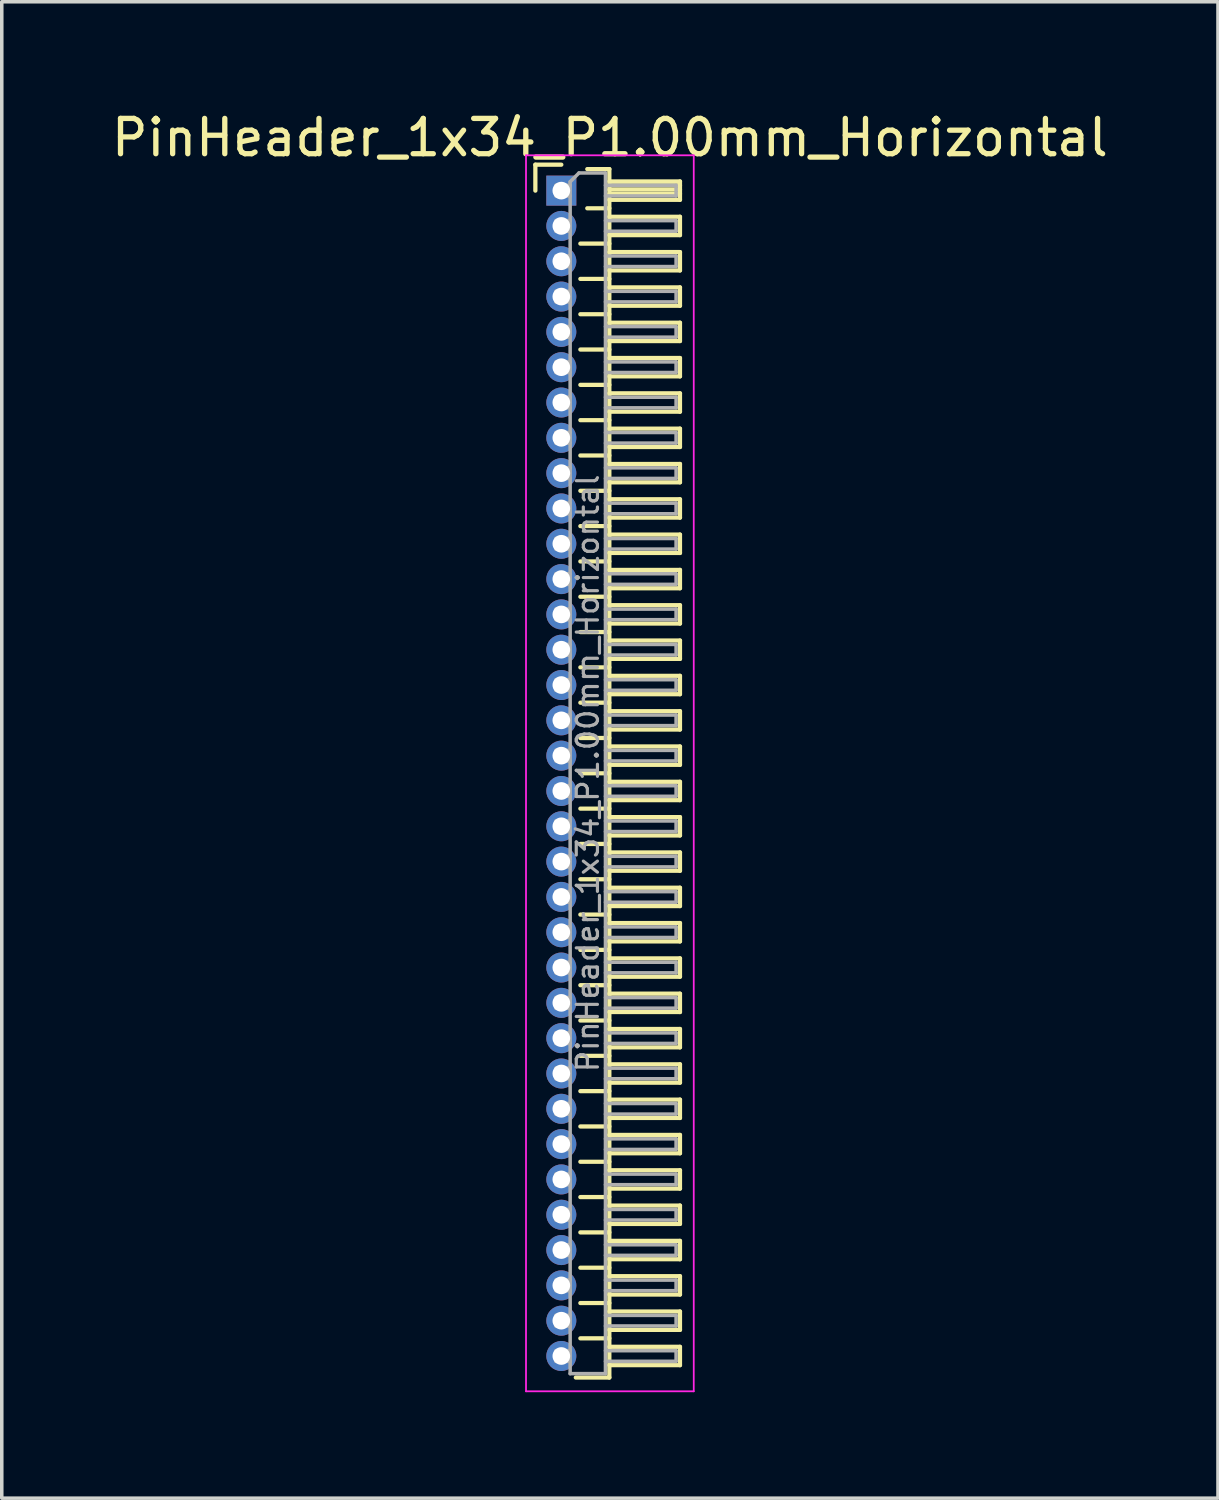
<source format=kicad_pcb>
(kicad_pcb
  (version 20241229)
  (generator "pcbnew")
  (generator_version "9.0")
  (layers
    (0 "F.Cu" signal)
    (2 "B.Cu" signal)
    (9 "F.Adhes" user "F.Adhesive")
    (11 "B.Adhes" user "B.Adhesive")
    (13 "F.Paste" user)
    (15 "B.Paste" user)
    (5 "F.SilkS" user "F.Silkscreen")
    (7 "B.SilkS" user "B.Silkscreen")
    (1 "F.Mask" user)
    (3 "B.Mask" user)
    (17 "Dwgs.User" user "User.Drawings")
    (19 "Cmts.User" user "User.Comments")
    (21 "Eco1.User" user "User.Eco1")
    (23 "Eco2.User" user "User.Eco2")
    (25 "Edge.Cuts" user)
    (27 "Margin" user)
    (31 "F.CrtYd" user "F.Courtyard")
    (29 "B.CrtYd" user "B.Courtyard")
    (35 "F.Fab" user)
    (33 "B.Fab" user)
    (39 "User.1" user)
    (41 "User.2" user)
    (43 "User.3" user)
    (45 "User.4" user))
  (footprint "PinHeader_1x34_P1.00mm_Horizontal"
    (layer "F.Cu")
    (at 12.845 2.348)
    (property "Reference" "PinHeader_1x34_P1.00mm_Horizontal" (at 1.375 -1.5 0) (layer "F.SilkS") (effects (font (size 1 1) (thickness 0.15))))
    (attr through_hole)
    (fp_line (start -0.735 -0.735) (end 0 -0.735) (stroke (width 0.12) (type solid)) (layer "F.SilkS"))
    (fp_line (start -0.735 0) (end -0.735 -0.735) (stroke (width 0.12) (type solid)) (layer "F.SilkS"))
    (fp_line (start 0.539 1.5) (end 1.36 1.5) (stroke (width 0.12) (type solid)) (layer "F.SilkS"))
    (fp_line (start 0.539 2.5) (end 1.36 2.5) (stroke (width 0.12) (type solid)) (layer "F.SilkS"))
    (fp_line (start 0.539 3.5) (end 1.36 3.5) (stroke (width 0.12) (type solid)) (layer "F.SilkS"))
    (fp_line (start 0.539 4.5) (end 1.36 4.5) (stroke (width 0.12) (type solid)) (layer "F.SilkS"))
    (fp_line (start 0.539 5.5) (end 1.36 5.5) (stroke (width 0.12) (type solid)) (layer "F.SilkS"))
    (fp_line (start 0.539 6.5) (end 1.36 6.5) (stroke (width 0.12) (type solid)) (layer "F.SilkS"))
    (fp_line (start 0.539 7.5) (end 1.36 7.5) (stroke (width 0.12) (type solid)) (layer "F.SilkS"))
    (fp_line (start 0.539 8.5) (end 1.36 8.5) (stroke (width 0.12) (type solid)) (layer "F.SilkS"))
    (fp_line (start 0.539 9.5) (end 1.36 9.5) (stroke (width 0.12) (type solid)) (layer "F.SilkS"))
    (fp_line (start 0.539 10.5) (end 1.36 10.5) (stroke (width 0.12) (type solid)) (layer "F.SilkS"))
    (fp_line (start 0.539 11.5) (end 1.36 11.5) (stroke (width 0.12) (type solid)) (layer "F.SilkS"))
    (fp_line (start 0.539 12.5) (end 1.36 12.5) (stroke (width 0.12) (type solid)) (layer "F.SilkS"))
    (fp_line (start 0.539 13.5) (end 1.36 13.5) (stroke (width 0.12) (type solid)) (layer "F.SilkS"))
    (fp_line (start 0.539 14.5) (end 1.36 14.5) (stroke (width 0.12) (type solid)) (layer "F.SilkS"))
    (fp_line (start 0.539 15.5) (end 1.36 15.5) (stroke (width 0.12) (type solid)) (layer "F.SilkS"))
    (fp_line (start 0.539 16.5) (end 1.36 16.5) (stroke (width 0.12) (type solid)) (layer "F.SilkS"))
    (fp_line (start 0.539 17.5) (end 1.36 17.5) (stroke (width 0.12) (type solid)) (layer "F.SilkS"))
    (fp_line (start 0.539 18.5) (end 1.36 18.5) (stroke (width 0.12) (type solid)) (layer "F.SilkS"))
    (fp_line (start 0.539 19.5) (end 1.36 19.5) (stroke (width 0.12) (type solid)) (layer "F.SilkS"))
    (fp_line (start 0.539 20.5) (end 1.36 20.5) (stroke (width 0.12) (type solid)) (layer "F.SilkS"))
    (fp_line (start 0.539 21.5) (end 1.36 21.5) (stroke (width 0.12) (type solid)) (layer "F.SilkS"))
    (fp_line (start 0.539 22.5) (end 1.36 22.5) (stroke (width 0.12) (type solid)) (layer "F.SilkS"))
    (fp_line (start 0.539 23.5) (end 1.36 23.5) (stroke (width 0.12) (type solid)) (layer "F.SilkS"))
    (fp_line (start 0.539 24.5) (end 1.36 24.5) (stroke (width 0.12) (type solid)) (layer "F.SilkS"))
    (fp_line (start 0.539 25.5) (end 1.36 25.5) (stroke (width 0.12) (type solid)) (layer "F.SilkS"))
    (fp_line (start 0.539 26.5) (end 1.36 26.5) (stroke (width 0.12) (type solid)) (layer "F.SilkS"))
    (fp_line (start 0.539 27.5) (end 1.36 27.5) (stroke (width 0.12) (type solid)) (layer "F.SilkS"))
    (fp_line (start 0.539 28.5) (end 1.36 28.5) (stroke (width 0.12) (type solid)) (layer "F.SilkS"))
    (fp_line (start 0.539 29.5) (end 1.36 29.5) (stroke (width 0.12) (type solid)) (layer "F.SilkS"))
    (fp_line (start 0.539 30.5) (end 1.36 30.5) (stroke (width 0.12) (type solid)) (layer "F.SilkS"))
    (fp_line (start 0.539 31.5) (end 1.36 31.5) (stroke (width 0.12) (type solid)) (layer "F.SilkS"))
    (fp_line (start 0.539 32.5) (end 1.36 32.5) (stroke (width 0.12) (type solid)) (layer "F.SilkS"))
    (fp_line (start 0.735 -0.61) (end 1.36 -0.61) (stroke (width 0.12) (type solid)) (layer "F.SilkS"))
    (fp_line (start 0.735 0.5) (end 1.36 0.5) (stroke (width 0.12) (type solid)) (layer "F.SilkS"))
    (fp_line (start 1.36 -0.61) (end 1.36 33.61) (stroke (width 0.12) (type solid)) (layer "F.SilkS"))
    (fp_line (start 1.36 -0.26) (end 3.36 -0.26) (stroke (width 0.12) (type solid)) (layer "F.SilkS"))
    (fp_line (start 1.36 -0.15) (end 3.36 -0.15) (stroke (width 0.12) (type solid)) (layer "F.SilkS"))
    (fp_line (start 1.36 -0.03) (end 3.36 -0.03) (stroke (width 0.12) (type solid)) (layer "F.SilkS"))
    (fp_line (start 1.36 0.09) (end 3.36 0.09) (stroke (width 0.12) (type solid)) (layer "F.SilkS"))
    (fp_line (start 1.36 0.74) (end 3.36 0.74) (stroke (width 0.12) (type solid)) (layer "F.SilkS"))
    (fp_line (start 1.36 1.74) (end 3.36 1.74) (stroke (width 0.12) (type solid)) (layer "F.SilkS"))
    (fp_line (start 1.36 2.74) (end 3.36 2.74) (stroke (width 0.12) (type solid)) (layer "F.SilkS"))
    (fp_line (start 1.36 3.74) (end 3.36 3.74) (stroke (width 0.12) (type solid)) (layer "F.SilkS"))
    (fp_line (start 1.36 4.74) (end 3.36 4.74) (stroke (width 0.12) (type solid)) (layer "F.SilkS"))
    (fp_line (start 1.36 5.74) (end 3.36 5.74) (stroke (width 0.12) (type solid)) (layer "F.SilkS"))
    (fp_line (start 1.36 6.74) (end 3.36 6.74) (stroke (width 0.12) (type solid)) (layer "F.SilkS"))
    (fp_line (start 1.36 7.74) (end 3.36 7.74) (stroke (width 0.12) (type solid)) (layer "F.SilkS"))
    (fp_line (start 1.36 8.74) (end 3.36 8.74) (stroke (width 0.12) (type solid)) (layer "F.SilkS"))
    (fp_line (start 1.36 9.74) (end 3.36 9.74) (stroke (width 0.12) (type solid)) (layer "F.SilkS"))
    (fp_line (start 1.36 10.74) (end 3.36 10.74) (stroke (width 0.12) (type solid)) (layer "F.SilkS"))
    (fp_line (start 1.36 11.74) (end 3.36 11.74) (stroke (width 0.12) (type solid)) (layer "F.SilkS"))
    (fp_line (start 1.36 12.74) (end 3.36 12.74) (stroke (width 0.12) (type solid)) (layer "F.SilkS"))
    (fp_line (start 1.36 13.74) (end 3.36 13.74) (stroke (width 0.12) (type solid)) (layer "F.SilkS"))
    (fp_line (start 1.36 14.74) (end 3.36 14.74) (stroke (width 0.12) (type solid)) (layer "F.SilkS"))
    (fp_line (start 1.36 15.74) (end 3.36 15.74) (stroke (width 0.12) (type solid)) (layer "F.SilkS"))
    (fp_line (start 1.36 16.74) (end 3.36 16.74) (stroke (width 0.12) (type solid)) (layer "F.SilkS"))
    (fp_line (start 1.36 17.74) (end 3.36 17.74) (stroke (width 0.12) (type solid)) (layer "F.SilkS"))
    (fp_line (start 1.36 18.74) (end 3.36 18.74) (stroke (width 0.12) (type solid)) (layer "F.SilkS"))
    (fp_line (start 1.36 19.74) (end 3.36 19.74) (stroke (width 0.12) (type solid)) (layer "F.SilkS"))
    (fp_line (start 1.36 20.74) (end 3.36 20.74) (stroke (width 0.12) (type solid)) (layer "F.SilkS"))
    (fp_line (start 1.36 21.74) (end 3.36 21.74) (stroke (width 0.12) (type solid)) (layer "F.SilkS"))
    (fp_line (start 1.36 22.74) (end 3.36 22.74) (stroke (width 0.12) (type solid)) (layer "F.SilkS"))
    (fp_line (start 1.36 23.74) (end 3.36 23.74) (stroke (width 0.12) (type solid)) (layer "F.SilkS"))
    (fp_line (start 1.36 24.74) (end 3.36 24.74) (stroke (width 0.12) (type solid)) (layer "F.SilkS"))
    (fp_line (start 1.36 25.74) (end 3.36 25.74) (stroke (width 0.12) (type solid)) (layer "F.SilkS"))
    (fp_line (start 1.36 26.74) (end 3.36 26.74) (stroke (width 0.12) (type solid)) (layer "F.SilkS"))
    (fp_line (start 1.36 27.74) (end 3.36 27.74) (stroke (width 0.12) (type solid)) (layer "F.SilkS"))
    (fp_line (start 1.36 28.74) (end 3.36 28.74) (stroke (width 0.12) (type solid)) (layer "F.SilkS"))
    (fp_line (start 1.36 29.74) (end 3.36 29.74) (stroke (width 0.12) (type solid)) (layer "F.SilkS"))
    (fp_line (start 1.36 30.74) (end 3.36 30.74) (stroke (width 0.12) (type solid)) (layer "F.SilkS"))
    (fp_line (start 1.36 31.74) (end 3.36 31.74) (stroke (width 0.12) (type solid)) (layer "F.SilkS"))
    (fp_line (start 1.36 32.74) (end 3.36 32.74) (stroke (width 0.12) (type solid)) (layer "F.SilkS"))
    (fp_line (start 1.36 33.61) (end 0.41 33.61) (stroke (width 0.12) (type solid)) (layer "F.SilkS"))
    (fp_line (start 3.36 -0.26) (end 3.36 0.26) (stroke (width 0.12) (type solid)) (layer "F.SilkS"))
    (fp_line (start 3.36 0.26) (end 1.36 0.26) (stroke (width 0.12) (type solid)) (layer "F.SilkS"))
    (fp_line (start 3.36 0.74) (end 3.36 1.26) (stroke (width 0.12) (type solid)) (layer "F.SilkS"))
    (fp_line (start 3.36 1.26) (end 1.36 1.26) (stroke (width 0.12) (type solid)) (layer "F.SilkS"))
    (fp_line (start 3.36 1.74) (end 3.36 2.26) (stroke (width 0.12) (type solid)) (layer "F.SilkS"))
    (fp_line (start 3.36 2.26) (end 1.36 2.26) (stroke (width 0.12) (type solid)) (layer "F.SilkS"))
    (fp_line (start 3.36 2.74) (end 3.36 3.26) (stroke (width 0.12) (type solid)) (layer "F.SilkS"))
    (fp_line (start 3.36 3.26) (end 1.36 3.26) (stroke (width 0.12) (type solid)) (layer "F.SilkS"))
    (fp_line (start 3.36 3.74) (end 3.36 4.26) (stroke (width 0.12) (type solid)) (layer "F.SilkS"))
    (fp_line (start 3.36 4.26) (end 1.36 4.26) (stroke (width 0.12) (type solid)) (layer "F.SilkS"))
    (fp_line (start 3.36 4.74) (end 3.36 5.26) (stroke (width 0.12) (type solid)) (layer "F.SilkS"))
    (fp_line (start 3.36 5.26) (end 1.36 5.26) (stroke (width 0.12) (type solid)) (layer "F.SilkS"))
    (fp_line (start 3.36 5.74) (end 3.36 6.26) (stroke (width 0.12) (type solid)) (layer "F.SilkS"))
    (fp_line (start 3.36 6.26) (end 1.36 6.26) (stroke (width 0.12) (type solid)) (layer "F.SilkS"))
    (fp_line (start 3.36 6.74) (end 3.36 7.26) (stroke (width 0.12) (type solid)) (layer "F.SilkS"))
    (fp_line (start 3.36 7.26) (end 1.36 7.26) (stroke (width 0.12) (type solid)) (layer "F.SilkS"))
    (fp_line (start 3.36 7.74) (end 3.36 8.26) (stroke (width 0.12) (type solid)) (layer "F.SilkS"))
    (fp_line (start 3.36 8.26) (end 1.36 8.26) (stroke (width 0.12) (type solid)) (layer "F.SilkS"))
    (fp_line (start 3.36 8.74) (end 3.36 9.26) (stroke (width 0.12) (type solid)) (layer "F.SilkS"))
    (fp_line (start 3.36 9.26) (end 1.36 9.26) (stroke (width 0.12) (type solid)) (layer "F.SilkS"))
    (fp_line (start 3.36 9.74) (end 3.36 10.26) (stroke (width 0.12) (type solid)) (layer "F.SilkS"))
    (fp_line (start 3.36 10.26) (end 1.36 10.26) (stroke (width 0.12) (type solid)) (layer "F.SilkS"))
    (fp_line (start 3.36 10.74) (end 3.36 11.26) (stroke (width 0.12) (type solid)) (layer "F.SilkS"))
    (fp_line (start 3.36 11.26) (end 1.36 11.26) (stroke (width 0.12) (type solid)) (layer "F.SilkS"))
    (fp_line (start 3.36 11.74) (end 3.36 12.26) (stroke (width 0.12) (type solid)) (layer "F.SilkS"))
    (fp_line (start 3.36 12.26) (end 1.36 12.26) (stroke (width 0.12) (type solid)) (layer "F.SilkS"))
    (fp_line (start 3.36 12.74) (end 3.36 13.26) (stroke (width 0.12) (type solid)) (layer "F.SilkS"))
    (fp_line (start 3.36 13.26) (end 1.36 13.26) (stroke (width 0.12) (type solid)) (layer "F.SilkS"))
    (fp_line (start 3.36 13.74) (end 3.36 14.26) (stroke (width 0.12) (type solid)) (layer "F.SilkS"))
    (fp_line (start 3.36 14.26) (end 1.36 14.26) (stroke (width 0.12) (type solid)) (layer "F.SilkS"))
    (fp_line (start 3.36 14.74) (end 3.36 15.26) (stroke (width 0.12) (type solid)) (layer "F.SilkS"))
    (fp_line (start 3.36 15.26) (end 1.36 15.26) (stroke (width 0.12) (type solid)) (layer "F.SilkS"))
    (fp_line (start 3.36 15.74) (end 3.36 16.26) (stroke (width 0.12) (type solid)) (layer "F.SilkS"))
    (fp_line (start 3.36 16.26) (end 1.36 16.26) (stroke (width 0.12) (type solid)) (layer "F.SilkS"))
    (fp_line (start 3.36 16.74) (end 3.36 17.26) (stroke (width 0.12) (type solid)) (layer "F.SilkS"))
    (fp_line (start 3.36 17.26) (end 1.36 17.26) (stroke (width 0.12) (type solid)) (layer "F.SilkS"))
    (fp_line (start 3.36 17.74) (end 3.36 18.26) (stroke (width 0.12) (type solid)) (layer "F.SilkS"))
    (fp_line (start 3.36 18.26) (end 1.36 18.26) (stroke (width 0.12) (type solid)) (layer "F.SilkS"))
    (fp_line (start 3.36 18.74) (end 3.36 19.26) (stroke (width 0.12) (type solid)) (layer "F.SilkS"))
    (fp_line (start 3.36 19.26) (end 1.36 19.26) (stroke (width 0.12) (type solid)) (layer "F.SilkS"))
    (fp_line (start 3.36 19.74) (end 3.36 20.26) (stroke (width 0.12) (type solid)) (layer "F.SilkS"))
    (fp_line (start 3.36 20.26) (end 1.36 20.26) (stroke (width 0.12) (type solid)) (layer "F.SilkS"))
    (fp_line (start 3.36 20.74) (end 3.36 21.26) (stroke (width 0.12) (type solid)) (layer "F.SilkS"))
    (fp_line (start 3.36 21.26) (end 1.36 21.26) (stroke (width 0.12) (type solid)) (layer "F.SilkS"))
    (fp_line (start 3.36 21.74) (end 3.36 22.26) (stroke (width 0.12) (type solid)) (layer "F.SilkS"))
    (fp_line (start 3.36 22.26) (end 1.36 22.26) (stroke (width 0.12) (type solid)) (layer "F.SilkS"))
    (fp_line (start 3.36 22.74) (end 3.36 23.26) (stroke (width 0.12) (type solid)) (layer "F.SilkS"))
    (fp_line (start 3.36 23.26) (end 1.36 23.26) (stroke (width 0.12) (type solid)) (layer "F.SilkS"))
    (fp_line (start 3.36 23.74) (end 3.36 24.26) (stroke (width 0.12) (type solid)) (layer "F.SilkS"))
    (fp_line (start 3.36 24.26) (end 1.36 24.26) (stroke (width 0.12) (type solid)) (layer "F.SilkS"))
    (fp_line (start 3.36 24.74) (end 3.36 25.26) (stroke (width 0.12) (type solid)) (layer "F.SilkS"))
    (fp_line (start 3.36 25.26) (end 1.36 25.26) (stroke (width 0.12) (type solid)) (layer "F.SilkS"))
    (fp_line (start 3.36 25.74) (end 3.36 26.26) (stroke (width 0.12) (type solid)) (layer "F.SilkS"))
    (fp_line (start 3.36 26.26) (end 1.36 26.26) (stroke (width 0.12) (type solid)) (layer "F.SilkS"))
    (fp_line (start 3.36 26.74) (end 3.36 27.26) (stroke (width 0.12) (type solid)) (layer "F.SilkS"))
    (fp_line (start 3.36 27.26) (end 1.36 27.26) (stroke (width 0.12) (type solid)) (layer "F.SilkS"))
    (fp_line (start 3.36 27.74) (end 3.36 28.26) (stroke (width 0.12) (type solid)) (layer "F.SilkS"))
    (fp_line (start 3.36 28.26) (end 1.36 28.26) (stroke (width 0.12) (type solid)) (layer "F.SilkS"))
    (fp_line (start 3.36 28.74) (end 3.36 29.26) (stroke (width 0.12) (type solid)) (layer "F.SilkS"))
    (fp_line (start 3.36 29.26) (end 1.36 29.26) (stroke (width 0.12) (type solid)) (layer "F.SilkS"))
    (fp_line (start 3.36 29.74) (end 3.36 30.26) (stroke (width 0.12) (type solid)) (layer "F.SilkS"))
    (fp_line (start 3.36 30.26) (end 1.36 30.26) (stroke (width 0.12) (type solid)) (layer "F.SilkS"))
    (fp_line (start 3.36 30.74) (end 3.36 31.26) (stroke (width 0.12) (type solid)) (layer "F.SilkS"))
    (fp_line (start 3.36 31.26) (end 1.36 31.26) (stroke (width 0.12) (type solid)) (layer "F.SilkS"))
    (fp_line (start 3.36 31.74) (end 3.36 32.26) (stroke (width 0.12) (type solid)) (layer "F.SilkS"))
    (fp_line (start 3.36 32.26) (end 1.36 32.26) (stroke (width 0.12) (type solid)) (layer "F.SilkS"))
    (fp_line (start 3.36 32.74) (end 3.36 33.26) (stroke (width 0.12) (type solid)) (layer "F.SilkS"))
    (fp_line (start 3.36 33.26) (end 1.36 33.26) (stroke (width 0.12) (type solid)) (layer "F.SilkS"))
    (fp_line (start -1 -1) (end -1 34) (stroke (width 0.05) (type solid)) (layer "F.CrtYd"))
    (fp_line (start -1 34) (end 3.75 34) (stroke (width 0.05) (type solid)) (layer "F.CrtYd"))
    (fp_line (start 3.75 -1) (end -1 -1) (stroke (width 0.05) (type solid)) (layer "F.CrtYd"))
    (fp_line (start 3.75 34) (end 3.75 -1) (stroke (width 0.05) (type solid)) (layer "F.CrtYd"))
    (fp_line (start -0.15 -0.15) (end -0.15 0.15) (stroke (width 0.1) (type solid)) (layer "F.Fab"))
    (fp_line (start -0.15 -0.15) (end 0.25 -0.15) (stroke (width 0.1) (type solid)) (layer "F.Fab"))
    (fp_line (start -0.15 0.15) (end 0.25 0.15) (stroke (width 0.1) (type solid)) (layer "F.Fab"))
    (fp_line (start -0.15 0.85) (end -0.15 1.15) (stroke (width 0.1) (type solid)) (layer "F.Fab"))
    (fp_line (start -0.15 0.85) (end 0.25 0.85) (stroke (width 0.1) (type solid)) (layer "F.Fab"))
    (fp_line (start -0.15 1.15) (end 0.25 1.15) (stroke (width 0.1) (type solid)) (layer "F.Fab"))
    (fp_line (start -0.15 1.85) (end -0.15 2.15) (stroke (width 0.1) (type solid)) (layer "F.Fab"))
    (fp_line (start -0.15 1.85) (end 0.25 1.85) (stroke (width 0.1) (type solid)) (layer "F.Fab"))
    (fp_line (start -0.15 2.15) (end 0.25 2.15) (stroke (width 0.1) (type solid)) (layer "F.Fab"))
    (fp_line (start -0.15 2.85) (end -0.15 3.15) (stroke (width 0.1) (type solid)) (layer "F.Fab"))
    (fp_line (start -0.15 2.85) (end 0.25 2.85) (stroke (width 0.1) (type solid)) (layer "F.Fab"))
    (fp_line (start -0.15 3.15) (end 0.25 3.15) (stroke (width 0.1) (type solid)) (layer "F.Fab"))
    (fp_line (start -0.15 3.85) (end -0.15 4.15) (stroke (width 0.1) (type solid)) (layer "F.Fab"))
    (fp_line (start -0.15 3.85) (end 0.25 3.85) (stroke (width 0.1) (type solid)) (layer "F.Fab"))
    (fp_line (start -0.15 4.15) (end 0.25 4.15) (stroke (width 0.1) (type solid)) (layer "F.Fab"))
    (fp_line (start -0.15 4.85) (end -0.15 5.15) (stroke (width 0.1) (type solid)) (layer "F.Fab"))
    (fp_line (start -0.15 4.85) (end 0.25 4.85) (stroke (width 0.1) (type solid)) (layer "F.Fab"))
    (fp_line (start -0.15 5.15) (end 0.25 5.15) (stroke (width 0.1) (type solid)) (layer "F.Fab"))
    (fp_line (start -0.15 5.85) (end -0.15 6.15) (stroke (width 0.1) (type solid)) (layer "F.Fab"))
    (fp_line (start -0.15 5.85) (end 0.25 5.85) (stroke (width 0.1) (type solid)) (layer "F.Fab"))
    (fp_line (start -0.15 6.15) (end 0.25 6.15) (stroke (width 0.1) (type solid)) (layer "F.Fab"))
    (fp_line (start -0.15 6.85) (end -0.15 7.15) (stroke (width 0.1) (type solid)) (layer "F.Fab"))
    (fp_line (start -0.15 6.85) (end 0.25 6.85) (stroke (width 0.1) (type solid)) (layer "F.Fab"))
    (fp_line (start -0.15 7.15) (end 0.25 7.15) (stroke (width 0.1) (type solid)) (layer "F.Fab"))
    (fp_line (start -0.15 7.85) (end -0.15 8.15) (stroke (width 0.1) (type solid)) (layer "F.Fab"))
    (fp_line (start -0.15 7.85) (end 0.25 7.85) (stroke (width 0.1) (type solid)) (layer "F.Fab"))
    (fp_line (start -0.15 8.15) (end 0.25 8.15) (stroke (width 0.1) (type solid)) (layer "F.Fab"))
    (fp_line (start -0.15 8.85) (end -0.15 9.15) (stroke (width 0.1) (type solid)) (layer "F.Fab"))
    (fp_line (start -0.15 8.85) (end 0.25 8.85) (stroke (width 0.1) (type solid)) (layer "F.Fab"))
    (fp_line (start -0.15 9.15) (end 0.25 9.15) (stroke (width 0.1) (type solid)) (layer "F.Fab"))
    (fp_line (start -0.15 9.85) (end -0.15 10.15) (stroke (width 0.1) (type solid)) (layer "F.Fab"))
    (fp_line (start -0.15 9.85) (end 0.25 9.85) (stroke (width 0.1) (type solid)) (layer "F.Fab"))
    (fp_line (start -0.15 10.15) (end 0.25 10.15) (stroke (width 0.1) (type solid)) (layer "F.Fab"))
    (fp_line (start -0.15 10.85) (end -0.15 11.15) (stroke (width 0.1) (type solid)) (layer "F.Fab"))
    (fp_line (start -0.15 10.85) (end 0.25 10.85) (stroke (width 0.1) (type solid)) (layer "F.Fab"))
    (fp_line (start -0.15 11.15) (end 0.25 11.15) (stroke (width 0.1) (type solid)) (layer "F.Fab"))
    (fp_line (start -0.15 11.85) (end -0.15 12.15) (stroke (width 0.1) (type solid)) (layer "F.Fab"))
    (fp_line (start -0.15 11.85) (end 0.25 11.85) (stroke (width 0.1) (type solid)) (layer "F.Fab"))
    (fp_line (start -0.15 12.15) (end 0.25 12.15) (stroke (width 0.1) (type solid)) (layer "F.Fab"))
    (fp_line (start -0.15 12.85) (end -0.15 13.15) (stroke (width 0.1) (type solid)) (layer "F.Fab"))
    (fp_line (start -0.15 12.85) (end 0.25 12.85) (stroke (width 0.1) (type solid)) (layer "F.Fab"))
    (fp_line (start -0.15 13.15) (end 0.25 13.15) (stroke (width 0.1) (type solid)) (layer "F.Fab"))
    (fp_line (start -0.15 13.85) (end -0.15 14.15) (stroke (width 0.1) (type solid)) (layer "F.Fab"))
    (fp_line (start -0.15 13.85) (end 0.25 13.85) (stroke (width 0.1) (type solid)) (layer "F.Fab"))
    (fp_line (start -0.15 14.15) (end 0.25 14.15) (stroke (width 0.1) (type solid)) (layer "F.Fab"))
    (fp_line (start -0.15 14.85) (end -0.15 15.15) (stroke (width 0.1) (type solid)) (layer "F.Fab"))
    (fp_line (start -0.15 14.85) (end 0.25 14.85) (stroke (width 0.1) (type solid)) (layer "F.Fab"))
    (fp_line (start -0.15 15.15) (end 0.25 15.15) (stroke (width 0.1) (type solid)) (layer "F.Fab"))
    (fp_line (start -0.15 15.85) (end -0.15 16.15) (stroke (width 0.1) (type solid)) (layer "F.Fab"))
    (fp_line (start -0.15 15.85) (end 0.25 15.85) (stroke (width 0.1) (type solid)) (layer "F.Fab"))
    (fp_line (start -0.15 16.15) (end 0.25 16.15) (stroke (width 0.1) (type solid)) (layer "F.Fab"))
    (fp_line (start -0.15 16.85) (end -0.15 17.15) (stroke (width 0.1) (type solid)) (layer "F.Fab"))
    (fp_line (start -0.15 16.85) (end 0.25 16.85) (stroke (width 0.1) (type solid)) (layer "F.Fab"))
    (fp_line (start -0.15 17.15) (end 0.25 17.15) (stroke (width 0.1) (type solid)) (layer "F.Fab"))
    (fp_line (start -0.15 17.85) (end -0.15 18.15) (stroke (width 0.1) (type solid)) (layer "F.Fab"))
    (fp_line (start -0.15 17.85) (end 0.25 17.85) (stroke (width 0.1) (type solid)) (layer "F.Fab"))
    (fp_line (start -0.15 18.15) (end 0.25 18.15) (stroke (width 0.1) (type solid)) (layer "F.Fab"))
    (fp_line (start -0.15 18.85) (end -0.15 19.15) (stroke (width 0.1) (type solid)) (layer "F.Fab"))
    (fp_line (start -0.15 18.85) (end 0.25 18.85) (stroke (width 0.1) (type solid)) (layer "F.Fab"))
    (fp_line (start -0.15 19.15) (end 0.25 19.15) (stroke (width 0.1) (type solid)) (layer "F.Fab"))
    (fp_line (start -0.15 19.85) (end -0.15 20.15) (stroke (width 0.1) (type solid)) (layer "F.Fab"))
    (fp_line (start -0.15 19.85) (end 0.25 19.85) (stroke (width 0.1) (type solid)) (layer "F.Fab"))
    (fp_line (start -0.15 20.15) (end 0.25 20.15) (stroke (width 0.1) (type solid)) (layer "F.Fab"))
    (fp_line (start -0.15 20.85) (end -0.15 21.15) (stroke (width 0.1) (type solid)) (layer "F.Fab"))
    (fp_line (start -0.15 20.85) (end 0.25 20.85) (stroke (width 0.1) (type solid)) (layer "F.Fab"))
    (fp_line (start -0.15 21.15) (end 0.25 21.15) (stroke (width 0.1) (type solid)) (layer "F.Fab"))
    (fp_line (start -0.15 21.85) (end -0.15 22.15) (stroke (width 0.1) (type solid)) (layer "F.Fab"))
    (fp_line (start -0.15 21.85) (end 0.25 21.85) (stroke (width 0.1) (type solid)) (layer "F.Fab"))
    (fp_line (start -0.15 22.15) (end 0.25 22.15) (stroke (width 0.1) (type solid)) (layer "F.Fab"))
    (fp_line (start -0.15 22.85) (end -0.15 23.15) (stroke (width 0.1) (type solid)) (layer "F.Fab"))
    (fp_line (start -0.15 22.85) (end 0.25 22.85) (stroke (width 0.1) (type solid)) (layer "F.Fab"))
    (fp_line (start -0.15 23.15) (end 0.25 23.15) (stroke (width 0.1) (type solid)) (layer "F.Fab"))
    (fp_line (start -0.15 23.85) (end -0.15 24.15) (stroke (width 0.1) (type solid)) (layer "F.Fab"))
    (fp_line (start -0.15 23.85) (end 0.25 23.85) (stroke (width 0.1) (type solid)) (layer "F.Fab"))
    (fp_line (start -0.15 24.15) (end 0.25 24.15) (stroke (width 0.1) (type solid)) (layer "F.Fab"))
    (fp_line (start -0.15 24.85) (end -0.15 25.15) (stroke (width 0.1) (type solid)) (layer "F.Fab"))
    (fp_line (start -0.15 24.85) (end 0.25 24.85) (stroke (width 0.1) (type solid)) (layer "F.Fab"))
    (fp_line (start -0.15 25.15) (end 0.25 25.15) (stroke (width 0.1) (type solid)) (layer "F.Fab"))
    (fp_line (start -0.15 25.85) (end -0.15 26.15) (stroke (width 0.1) (type solid)) (layer "F.Fab"))
    (fp_line (start -0.15 25.85) (end 0.25 25.85) (stroke (width 0.1) (type solid)) (layer "F.Fab"))
    (fp_line (start -0.15 26.15) (end 0.25 26.15) (stroke (width 0.1) (type solid)) (layer "F.Fab"))
    (fp_line (start -0.15 26.85) (end -0.15 27.15) (stroke (width 0.1) (type solid)) (layer "F.Fab"))
    (fp_line (start -0.15 26.85) (end 0.25 26.85) (stroke (width 0.1) (type solid)) (layer "F.Fab"))
    (fp_line (start -0.15 27.15) (end 0.25 27.15) (stroke (width 0.1) (type solid)) (layer "F.Fab"))
    (fp_line (start -0.15 27.85) (end -0.15 28.15) (stroke (width 0.1) (type solid)) (layer "F.Fab"))
    (fp_line (start -0.15 27.85) (end 0.25 27.85) (stroke (width 0.1) (type solid)) (layer "F.Fab"))
    (fp_line (start -0.15 28.15) (end 0.25 28.15) (stroke (width 0.1) (type solid)) (layer "F.Fab"))
    (fp_line (start -0.15 28.85) (end -0.15 29.15) (stroke (width 0.1) (type solid)) (layer "F.Fab"))
    (fp_line (start -0.15 28.85) (end 0.25 28.85) (stroke (width 0.1) (type solid)) (layer "F.Fab"))
    (fp_line (start -0.15 29.15) (end 0.25 29.15) (stroke (width 0.1) (type solid)) (layer "F.Fab"))
    (fp_line (start -0.15 29.85) (end -0.15 30.15) (stroke (width 0.1) (type solid)) (layer "F.Fab"))
    (fp_line (start -0.15 29.85) (end 0.25 29.85) (stroke (width 0.1) (type solid)) (layer "F.Fab"))
    (fp_line (start -0.15 30.15) (end 0.25 30.15) (stroke (width 0.1) (type solid)) (layer "F.Fab"))
    (fp_line (start -0.15 30.85) (end -0.15 31.15) (stroke (width 0.1) (type solid)) (layer "F.Fab"))
    (fp_line (start -0.15 30.85) (end 0.25 30.85) (stroke (width 0.1) (type solid)) (layer "F.Fab"))
    (fp_line (start -0.15 31.15) (end 0.25 31.15) (stroke (width 0.1) (type solid)) (layer "F.Fab"))
    (fp_line (start -0.15 31.85) (end -0.15 32.15) (stroke (width 0.1) (type solid)) (layer "F.Fab"))
    (fp_line (start -0.15 31.85) (end 0.25 31.85) (stroke (width 0.1) (type solid)) (layer "F.Fab"))
    (fp_line (start -0.15 32.15) (end 0.25 32.15) (stroke (width 0.1) (type solid)) (layer "F.Fab"))
    (fp_line (start -0.15 32.85) (end -0.15 33.15) (stroke (width 0.1) (type solid)) (layer "F.Fab"))
    (fp_line (start -0.15 32.85) (end 0.25 32.85) (stroke (width 0.1) (type solid)) (layer "F.Fab"))
    (fp_line (start -0.15 33.15) (end 0.25 33.15) (stroke (width 0.1) (type solid)) (layer "F.Fab"))
    (fp_line (start 0.25 -0.25) (end 0.5 -0.5) (stroke (width 0.1) (type solid)) (layer "F.Fab"))
    (fp_line (start 0.25 33.5) (end 0.25 -0.25) (stroke (width 0.1) (type solid)) (layer "F.Fab"))
    (fp_line (start 0.5 -0.5) (end 1.25 -0.5) (stroke (width 0.1) (type solid)) (layer "F.Fab"))
    (fp_line (start 1.25 -0.5) (end 1.25 33.5) (stroke (width 0.1) (type solid)) (layer "F.Fab"))
    (fp_line (start 1.25 -0.15) (end 3.25 -0.15) (stroke (width 0.1) (type solid)) (layer "F.Fab"))
    (fp_line (start 1.25 0.15) (end 3.25 0.15) (stroke (width 0.1) (type solid)) (layer "F.Fab"))
    (fp_line (start 1.25 0.85) (end 3.25 0.85) (stroke (width 0.1) (type solid)) (layer "F.Fab"))
    (fp_line (start 1.25 1.15) (end 3.25 1.15) (stroke (width 0.1) (type solid)) (layer "F.Fab"))
    (fp_line (start 1.25 1.85) (end 3.25 1.85) (stroke (width 0.1) (type solid)) (layer "F.Fab"))
    (fp_line (start 1.25 2.15) (end 3.25 2.15) (stroke (width 0.1) (type solid)) (layer "F.Fab"))
    (fp_line (start 1.25 2.85) (end 3.25 2.85) (stroke (width 0.1) (type solid)) (layer "F.Fab"))
    (fp_line (start 1.25 3.15) (end 3.25 3.15) (stroke (width 0.1) (type solid)) (layer "F.Fab"))
    (fp_line (start 1.25 3.85) (end 3.25 3.85) (stroke (width 0.1) (type solid)) (layer "F.Fab"))
    (fp_line (start 1.25 4.15) (end 3.25 4.15) (stroke (width 0.1) (type solid)) (layer "F.Fab"))
    (fp_line (start 1.25 4.85) (end 3.25 4.85) (stroke (width 0.1) (type solid)) (layer "F.Fab"))
    (fp_line (start 1.25 5.15) (end 3.25 5.15) (stroke (width 0.1) (type solid)) (layer "F.Fab"))
    (fp_line (start 1.25 5.85) (end 3.25 5.85) (stroke (width 0.1) (type solid)) (layer "F.Fab"))
    (fp_line (start 1.25 6.15) (end 3.25 6.15) (stroke (width 0.1) (type solid)) (layer "F.Fab"))
    (fp_line (start 1.25 6.85) (end 3.25 6.85) (stroke (width 0.1) (type solid)) (layer "F.Fab"))
    (fp_line (start 1.25 7.15) (end 3.25 7.15) (stroke (width 0.1) (type solid)) (layer "F.Fab"))
    (fp_line (start 1.25 7.85) (end 3.25 7.85) (stroke (width 0.1) (type solid)) (layer "F.Fab"))
    (fp_line (start 1.25 8.15) (end 3.25 8.15) (stroke (width 0.1) (type solid)) (layer "F.Fab"))
    (fp_line (start 1.25 8.85) (end 3.25 8.85) (stroke (width 0.1) (type solid)) (layer "F.Fab"))
    (fp_line (start 1.25 9.15) (end 3.25 9.15) (stroke (width 0.1) (type solid)) (layer "F.Fab"))
    (fp_line (start 1.25 9.85) (end 3.25 9.85) (stroke (width 0.1) (type solid)) (layer "F.Fab"))
    (fp_line (start 1.25 10.15) (end 3.25 10.15) (stroke (width 0.1) (type solid)) (layer "F.Fab"))
    (fp_line (start 1.25 10.85) (end 3.25 10.85) (stroke (width 0.1) (type solid)) (layer "F.Fab"))
    (fp_line (start 1.25 11.15) (end 3.25 11.15) (stroke (width 0.1) (type solid)) (layer "F.Fab"))
    (fp_line (start 1.25 11.85) (end 3.25 11.85) (stroke (width 0.1) (type solid)) (layer "F.Fab"))
    (fp_line (start 1.25 12.15) (end 3.25 12.15) (stroke (width 0.1) (type solid)) (layer "F.Fab"))
    (fp_line (start 1.25 12.85) (end 3.25 12.85) (stroke (width 0.1) (type solid)) (layer "F.Fab"))
    (fp_line (start 1.25 13.15) (end 3.25 13.15) (stroke (width 0.1) (type solid)) (layer "F.Fab"))
    (fp_line (start 1.25 13.85) (end 3.25 13.85) (stroke (width 0.1) (type solid)) (layer "F.Fab"))
    (fp_line (start 1.25 14.15) (end 3.25 14.15) (stroke (width 0.1) (type solid)) (layer "F.Fab"))
    (fp_line (start 1.25 14.85) (end 3.25 14.85) (stroke (width 0.1) (type solid)) (layer "F.Fab"))
    (fp_line (start 1.25 15.15) (end 3.25 15.15) (stroke (width 0.1) (type solid)) (layer "F.Fab"))
    (fp_line (start 1.25 15.85) (end 3.25 15.85) (stroke (width 0.1) (type solid)) (layer "F.Fab"))
    (fp_line (start 1.25 16.15) (end 3.25 16.15) (stroke (width 0.1) (type solid)) (layer "F.Fab"))
    (fp_line (start 1.25 16.85) (end 3.25 16.85) (stroke (width 0.1) (type solid)) (layer "F.Fab"))
    (fp_line (start 1.25 17.15) (end 3.25 17.15) (stroke (width 0.1) (type solid)) (layer "F.Fab"))
    (fp_line (start 1.25 17.85) (end 3.25 17.85) (stroke (width 0.1) (type solid)) (layer "F.Fab"))
    (fp_line (start 1.25 18.15) (end 3.25 18.15) (stroke (width 0.1) (type solid)) (layer "F.Fab"))
    (fp_line (start 1.25 18.85) (end 3.25 18.85) (stroke (width 0.1) (type solid)) (layer "F.Fab"))
    (fp_line (start 1.25 19.15) (end 3.25 19.15) (stroke (width 0.1) (type solid)) (layer "F.Fab"))
    (fp_line (start 1.25 19.85) (end 3.25 19.85) (stroke (width 0.1) (type solid)) (layer "F.Fab"))
    (fp_line (start 1.25 20.15) (end 3.25 20.15) (stroke (width 0.1) (type solid)) (layer "F.Fab"))
    (fp_line (start 1.25 20.85) (end 3.25 20.85) (stroke (width 0.1) (type solid)) (layer "F.Fab"))
    (fp_line (start 1.25 21.15) (end 3.25 21.15) (stroke (width 0.1) (type solid)) (layer "F.Fab"))
    (fp_line (start 1.25 21.85) (end 3.25 21.85) (stroke (width 0.1) (type solid)) (layer "F.Fab"))
    (fp_line (start 1.25 22.15) (end 3.25 22.15) (stroke (width 0.1) (type solid)) (layer "F.Fab"))
    (fp_line (start 1.25 22.85) (end 3.25 22.85) (stroke (width 0.1) (type solid)) (layer "F.Fab"))
    (fp_line (start 1.25 23.15) (end 3.25 23.15) (stroke (width 0.1) (type solid)) (layer "F.Fab"))
    (fp_line (start 1.25 23.85) (end 3.25 23.85) (stroke (width 0.1) (type solid)) (layer "F.Fab"))
    (fp_line (start 1.25 24.15) (end 3.25 24.15) (stroke (width 0.1) (type solid)) (layer "F.Fab"))
    (fp_line (start 1.25 24.85) (end 3.25 24.85) (stroke (width 0.1) (type solid)) (layer "F.Fab"))
    (fp_line (start 1.25 25.15) (end 3.25 25.15) (stroke (width 0.1) (type solid)) (layer "F.Fab"))
    (fp_line (start 1.25 25.85) (end 3.25 25.85) (stroke (width 0.1) (type solid)) (layer "F.Fab"))
    (fp_line (start 1.25 26.15) (end 3.25 26.15) (stroke (width 0.1) (type solid)) (layer "F.Fab"))
    (fp_line (start 1.25 26.85) (end 3.25 26.85) (stroke (width 0.1) (type solid)) (layer "F.Fab"))
    (fp_line (start 1.25 27.15) (end 3.25 27.15) (stroke (width 0.1) (type solid)) (layer "F.Fab"))
    (fp_line (start 1.25 27.85) (end 3.25 27.85) (stroke (width 0.1) (type solid)) (layer "F.Fab"))
    (fp_line (start 1.25 28.15) (end 3.25 28.15) (stroke (width 0.1) (type solid)) (layer "F.Fab"))
    (fp_line (start 1.25 28.85) (end 3.25 28.85) (stroke (width 0.1) (type solid)) (layer "F.Fab"))
    (fp_line (start 1.25 29.15) (end 3.25 29.15) (stroke (width 0.1) (type solid)) (layer "F.Fab"))
    (fp_line (start 1.25 29.85) (end 3.25 29.85) (stroke (width 0.1) (type solid)) (layer "F.Fab"))
    (fp_line (start 1.25 30.15) (end 3.25 30.15) (stroke (width 0.1) (type solid)) (layer "F.Fab"))
    (fp_line (start 1.25 30.85) (end 3.25 30.85) (stroke (width 0.1) (type solid)) (layer "F.Fab"))
    (fp_line (start 1.25 31.15) (end 3.25 31.15) (stroke (width 0.1) (type solid)) (layer "F.Fab"))
    (fp_line (start 1.25 31.85) (end 3.25 31.85) (stroke (width 0.1) (type solid)) (layer "F.Fab"))
    (fp_line (start 1.25 32.15) (end 3.25 32.15) (stroke (width 0.1) (type solid)) (layer "F.Fab"))
    (fp_line (start 1.25 32.85) (end 3.25 32.85) (stroke (width 0.1) (type solid)) (layer "F.Fab"))
    (fp_line (start 1.25 33.15) (end 3.25 33.15) (stroke (width 0.1) (type solid)) (layer "F.Fab"))
    (fp_line (start 1.25 33.5) (end 0.25 33.5) (stroke (width 0.1) (type solid)) (layer "F.Fab"))
    (fp_line (start 3.25 -0.15) (end 3.25 0.15) (stroke (width 0.1) (type solid)) (layer "F.Fab"))
    (fp_line (start 3.25 0.85) (end 3.25 1.15) (stroke (width 0.1) (type solid)) (layer "F.Fab"))
    (fp_line (start 3.25 1.85) (end 3.25 2.15) (stroke (width 0.1) (type solid)) (layer "F.Fab"))
    (fp_line (start 3.25 2.85) (end 3.25 3.15) (stroke (width 0.1) (type solid)) (layer "F.Fab"))
    (fp_line (start 3.25 3.85) (end 3.25 4.15) (stroke (width 0.1) (type solid)) (layer "F.Fab"))
    (fp_line (start 3.25 4.85) (end 3.25 5.15) (stroke (width 0.1) (type solid)) (layer "F.Fab"))
    (fp_line (start 3.25 5.85) (end 3.25 6.15) (stroke (width 0.1) (type solid)) (layer "F.Fab"))
    (fp_line (start 3.25 6.85) (end 3.25 7.15) (stroke (width 0.1) (type solid)) (layer "F.Fab"))
    (fp_line (start 3.25 7.85) (end 3.25 8.15) (stroke (width 0.1) (type solid)) (layer "F.Fab"))
    (fp_line (start 3.25 8.85) (end 3.25 9.15) (stroke (width 0.1) (type solid)) (layer "F.Fab"))
    (fp_line (start 3.25 9.85) (end 3.25 10.15) (stroke (width 0.1) (type solid)) (layer "F.Fab"))
    (fp_line (start 3.25 10.85) (end 3.25 11.15) (stroke (width 0.1) (type solid)) (layer "F.Fab"))
    (fp_line (start 3.25 11.85) (end 3.25 12.15) (stroke (width 0.1) (type solid)) (layer "F.Fab"))
    (fp_line (start 3.25 12.85) (end 3.25 13.15) (stroke (width 0.1) (type solid)) (layer "F.Fab"))
    (fp_line (start 3.25 13.85) (end 3.25 14.15) (stroke (width 0.1) (type solid)) (layer "F.Fab"))
    (fp_line (start 3.25 14.85) (end 3.25 15.15) (stroke (width 0.1) (type solid)) (layer "F.Fab"))
    (fp_line (start 3.25 15.85) (end 3.25 16.15) (stroke (width 0.1) (type solid)) (layer "F.Fab"))
    (fp_line (start 3.25 16.85) (end 3.25 17.15) (stroke (width 0.1) (type solid)) (layer "F.Fab"))
    (fp_line (start 3.25 17.85) (end 3.25 18.15) (stroke (width 0.1) (type solid)) (layer "F.Fab"))
    (fp_line (start 3.25 18.85) (end 3.25 19.15) (stroke (width 0.1) (type solid)) (layer "F.Fab"))
    (fp_line (start 3.25 19.85) (end 3.25 20.15) (stroke (width 0.1) (type solid)) (layer "F.Fab"))
    (fp_line (start 3.25 20.85) (end 3.25 21.15) (stroke (width 0.1) (type solid)) (layer "F.Fab"))
    (fp_line (start 3.25 21.85) (end 3.25 22.15) (stroke (width 0.1) (type solid)) (layer "F.Fab"))
    (fp_line (start 3.25 22.85) (end 3.25 23.15) (stroke (width 0.1) (type solid)) (layer "F.Fab"))
    (fp_line (start 3.25 23.85) (end 3.25 24.15) (stroke (width 0.1) (type solid)) (layer "F.Fab"))
    (fp_line (start 3.25 24.85) (end 3.25 25.15) (stroke (width 0.1) (type solid)) (layer "F.Fab"))
    (fp_line (start 3.25 25.85) (end 3.25 26.15) (stroke (width 0.1) (type solid)) (layer "F.Fab"))
    (fp_line (start 3.25 26.85) (end 3.25 27.15) (stroke (width 0.1) (type solid)) (layer "F.Fab"))
    (fp_line (start 3.25 27.85) (end 3.25 28.15) (stroke (width 0.1) (type solid)) (layer "F.Fab"))
    (fp_line (start 3.25 28.85) (end 3.25 29.15) (stroke (width 0.1) (type solid)) (layer "F.Fab"))
    (fp_line (start 3.25 29.85) (end 3.25 30.15) (stroke (width 0.1) (type solid)) (layer "F.Fab"))
    (fp_line (start 3.25 30.85) (end 3.25 31.15) (stroke (width 0.1) (type solid)) (layer "F.Fab"))
    (fp_line (start 3.25 31.85) (end 3.25 32.15) (stroke (width 0.1) (type solid)) (layer "F.Fab"))
    (fp_line (start 3.25 32.85) (end 3.25 33.15) (stroke (width 0.1) (type solid)) (layer "F.Fab"))
    (fp_text user "${REFERENCE}" (at 0.75 16.5 90) (layer "F.Fab") (effects (font (size 0.6 0.6) (thickness 0.09))))
    (pad "1" thru_hole rect (at 0 0) (size 0.85 0.85) (drill 0.5) (layers "*.Cu" "*.Mask"))
    (pad "2" thru_hole circle (at 0 1) (size 0.85 0.85) (drill 0.5) (layers "*.Cu" "*.Mask"))
    (pad "3" thru_hole circle (at 0 2) (size 0.85 0.85) (drill 0.5) (layers "*.Cu" "*.Mask"))
    (pad "4" thru_hole circle (at 0 3) (size 0.85 0.85) (drill 0.5) (layers "*.Cu" "*.Mask"))
    (pad "5" thru_hole circle (at 0 4) (size 0.85 0.85) (drill 0.5) (layers "*.Cu" "*.Mask"))
    (pad "6" thru_hole circle (at 0 5) (size 0.85 0.85) (drill 0.5) (layers "*.Cu" "*.Mask"))
    (pad "7" thru_hole circle (at 0 6) (size 0.85 0.85) (drill 0.5) (layers "*.Cu" "*.Mask"))
    (pad "8" thru_hole circle (at 0 7) (size 0.85 0.85) (drill 0.5) (layers "*.Cu" "*.Mask"))
    (pad "9" thru_hole circle (at 0 8) (size 0.85 0.85) (drill 0.5) (layers "*.Cu" "*.Mask"))
    (pad "10" thru_hole circle (at 0 9) (size 0.85 0.85) (drill 0.5) (layers "*.Cu" "*.Mask"))
    (pad "11" thru_hole circle (at 0 10) (size 0.85 0.85) (drill 0.5) (layers "*.Cu" "*.Mask"))
    (pad "12" thru_hole circle (at 0 11) (size 0.85 0.85) (drill 0.5) (layers "*.Cu" "*.Mask"))
    (pad "13" thru_hole circle (at 0 12) (size 0.85 0.85) (drill 0.5) (layers "*.Cu" "*.Mask"))
    (pad "14" thru_hole circle (at 0 13) (size 0.85 0.85) (drill 0.5) (layers "*.Cu" "*.Mask"))
    (pad "15" thru_hole circle (at 0 14) (size 0.85 0.85) (drill 0.5) (layers "*.Cu" "*.Mask"))
    (pad "16" thru_hole circle (at 0 15) (size 0.85 0.85) (drill 0.5) (layers "*.Cu" "*.Mask"))
    (pad "17" thru_hole circle (at 0 16) (size 0.85 0.85) (drill 0.5) (layers "*.Cu" "*.Mask"))
    (pad "18" thru_hole circle (at 0 17) (size 0.85 0.85) (drill 0.5) (layers "*.Cu" "*.Mask"))
    (pad "19" thru_hole circle (at 0 18) (size 0.85 0.85) (drill 0.5) (layers "*.Cu" "*.Mask"))
    (pad "20" thru_hole circle (at 0 19) (size 0.85 0.85) (drill 0.5) (layers "*.Cu" "*.Mask"))
    (pad "21" thru_hole circle (at 0 20) (size 0.85 0.85) (drill 0.5) (layers "*.Cu" "*.Mask"))
    (pad "22" thru_hole circle (at 0 21) (size 0.85 0.85) (drill 0.5) (layers "*.Cu" "*.Mask"))
    (pad "23" thru_hole circle (at 0 22) (size 0.85 0.85) (drill 0.5) (layers "*.Cu" "*.Mask"))
    (pad "24" thru_hole circle (at 0 23) (size 0.85 0.85) (drill 0.5) (layers "*.Cu" "*.Mask"))
    (pad "25" thru_hole circle (at 0 24) (size 0.85 0.85) (drill 0.5) (layers "*.Cu" "*.Mask"))
    (pad "26" thru_hole circle (at 0 25) (size 0.85 0.85) (drill 0.5) (layers "*.Cu" "*.Mask"))
    (pad "27" thru_hole circle (at 0 26) (size 0.85 0.85) (drill 0.5) (layers "*.Cu" "*.Mask"))
    (pad "28" thru_hole circle (at 0 27) (size 0.85 0.85) (drill 0.5) (layers "*.Cu" "*.Mask"))
    (pad "29" thru_hole circle (at 0 28) (size 0.85 0.85) (drill 0.5) (layers "*.Cu" "*.Mask"))
    (pad "30" thru_hole circle (at 0 29) (size 0.85 0.85) (drill 0.5) (layers "*.Cu" "*.Mask"))
    (pad "31" thru_hole circle (at 0 30) (size 0.85 0.85) (drill 0.5) (layers "*.Cu" "*.Mask"))
    (pad "32" thru_hole circle (at 0 31) (size 0.85 0.85) (drill 0.5) (layers "*.Cu" "*.Mask"))
    (pad "33" thru_hole circle (at 0 32) (size 0.85 0.85) (drill 0.5) (layers "*.Cu" "*.Mask"))
    (pad "34" thru_hole circle (at 0 33) (size 0.85 0.85) (drill 0.5) (layers "*.Cu" "*.Mask")))
  (gr_rect
    (start -3 -3)
    (end 31.44 39.373)
    (stroke (width 0.1) (type default))
    (fill no)
    (layer "Edge.Cuts")))
</source>
